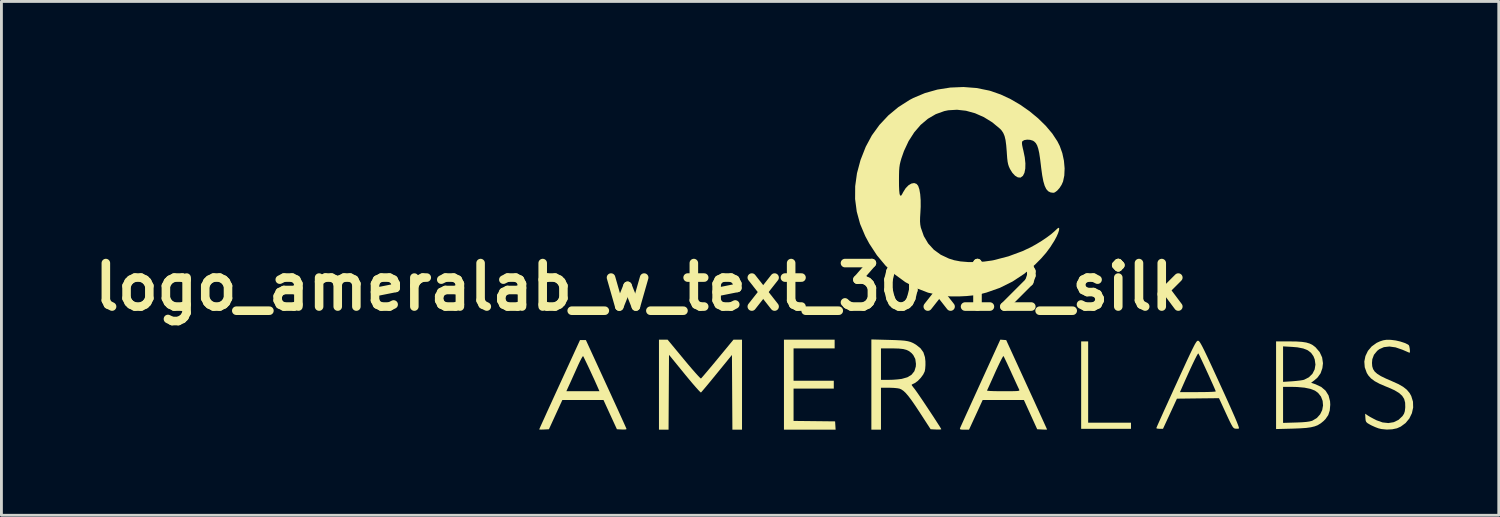
<source format=kicad_pcb>
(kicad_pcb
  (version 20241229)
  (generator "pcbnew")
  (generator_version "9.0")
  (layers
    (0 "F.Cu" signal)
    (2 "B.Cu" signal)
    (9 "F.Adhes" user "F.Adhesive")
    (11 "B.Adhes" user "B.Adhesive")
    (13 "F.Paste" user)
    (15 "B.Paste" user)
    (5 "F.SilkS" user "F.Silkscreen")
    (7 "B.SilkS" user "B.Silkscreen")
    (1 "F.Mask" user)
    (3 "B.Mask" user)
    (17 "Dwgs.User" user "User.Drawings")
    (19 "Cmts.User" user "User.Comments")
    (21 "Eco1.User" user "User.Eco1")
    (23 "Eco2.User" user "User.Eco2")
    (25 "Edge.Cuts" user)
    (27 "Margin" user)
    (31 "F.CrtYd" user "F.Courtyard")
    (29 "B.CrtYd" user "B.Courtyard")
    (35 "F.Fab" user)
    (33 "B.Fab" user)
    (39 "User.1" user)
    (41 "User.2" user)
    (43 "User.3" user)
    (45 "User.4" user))
  (footprint "logo_ameralab_w_text_30x12_silk"
    (layer "F.Cu")
    (at 31.17 6.006)
    (property "Reference" "logo_ameralab_w_text_30x12_silk" (at -11.75 1 0) (layer "F.SilkS") (effects (font (size 1.524 1.524) (thickness 0.3))))
    (attr board_only exclude_from_pos_files exclude_from_bom)
    (fp_poly (pts (xy 3.922 5.76) (xy 5.423 5.76) (xy 5.423 5.975) (xy 3.677 5.975) (xy 3.677 2.911) (xy 3.922 2.911)) (stroke (width 0) (type solid)) (fill yes) (layer "F.SilkS"))
    (fp_poly (pts (xy -4.964 3.156) (xy -6.404 3.156) (xy -6.404 4.29) (xy -4.994 4.29) (xy -4.994 4.565) (xy -6.404 4.565) (xy -6.404 5.698) (xy -5.676 5.706) (xy -4.948 5.714) (xy -4.939 5.86) (xy -4.93 6.005) (xy -6.741 6.005) (xy -6.741 2.849) (xy -4.964 2.849)) (stroke (width 0) (type solid)) (fill yes) (layer "F.SilkS"))
    (fp_poly (pts (xy -10.249 3.539) (xy -10.103 3.714) (xy -9.969 3.871) (xy -9.852 4.005) (xy -9.757 4.11) (xy -9.689 4.181) (xy -9.654 4.211) (xy -9.65 4.212) (xy -9.624 4.185) (xy -9.564 4.116) (xy -9.476 4.013) (xy -9.365 3.881) (xy -9.235 3.726) (xy -9.092 3.554) (xy -9.066 3.522) (xy -8.51 2.849) (xy -8.211 2.849) (xy -8.211 6.005) (xy -8.548 6.005) (xy -8.556 4.696) (xy -8.564 3.386) (xy -9.094 4.036) (xy -9.234 4.207) (xy -9.362 4.363) (xy -9.473 4.497) (xy -9.562 4.602) (xy -9.623 4.673) (xy -9.65 4.703) (xy -9.651 4.703) (xy -9.676 4.684) (xy -9.735 4.624) (xy -9.822 4.527) (xy -9.932 4.401) (xy -10.059 4.25) (xy -10.2 4.08) (xy -10.224 4.05) (xy -10.77 3.381) (xy -10.778 4.693) (xy -10.786 6.005) (xy -11.122 6.005) (xy -11.122 2.849) (xy -10.82 2.849)) (stroke (width 0) (type solid)) (fill yes) (layer "F.SilkS"))
    (fp_poly (pts (xy -12.972 4.412) (xy -12.839 4.701) (xy -12.715 4.973) (xy -12.6 5.223) (xy -12.499 5.446) (xy -12.412 5.638) (xy -12.342 5.792) (xy -12.292 5.904) (xy -12.264 5.969) (xy -12.258 5.984) (xy -12.284 5.996) (xy -12.355 6.001) (xy -12.426 5.999) (xy -12.596 5.99) (xy -12.832 5.477) (xy -13.067 4.964) (xy -14.508 4.964) (xy -14.744 5.477) (xy -14.979 5.99) (xy -15.15 5.999) (xy -15.242 6.002) (xy -15.304 6) (xy -15.32 5.995) (xy -15.307 5.966) (xy -15.272 5.886) (xy -15.215 5.76) (xy -15.139 5.594) (xy -15.048 5.392) (xy -14.942 5.16) (xy -14.824 4.902) (xy -14.712 4.657) (xy -14.368 4.657) (xy -13.208 4.657) (xy -13.265 4.527) (xy -13.322 4.399) (xy -13.389 4.249) (xy -13.464 4.088) (xy -13.539 3.924) (xy -13.612 3.769) (xy -13.678 3.632) (xy -13.731 3.522) (xy -13.767 3.45) (xy -13.781 3.426) (xy -13.801 3.444) (xy -13.84 3.509) (xy -13.893 3.612) (xy -13.955 3.743) (xy -13.977 3.793) (xy -14.053 3.962) (xy -14.131 4.135) (xy -14.202 4.294) (xy -14.258 4.417) (xy -14.26 4.42) (xy -14.368 4.657) (xy -14.712 4.657) (xy -14.697 4.624) (xy -14.605 4.424) (xy -13.89 2.865) (xy -13.683 2.865)) (stroke (width 0) (type solid)) (fill yes) (layer "F.SilkS"))
    (fp_poly (pts (xy 0.946 2.857) (xy 1.049 2.865) (xy 1.765 4.427) (xy 1.898 4.717) (xy 2.023 4.989) (xy 2.137 5.24) (xy 2.239 5.463) (xy 2.326 5.654) (xy 2.396 5.808) (xy 2.447 5.92) (xy 2.476 5.985) (xy 2.482 5.999) (xy 2.454 6.003) (xy 2.382 6.002) (xy 2.309 5.999) (xy 2.136 5.99) (xy 1.67 4.965) (xy 0.947 4.964) (xy 0.225 4.964) (xy -0.014 5.484) (xy -0.254 6.005) (xy -0.421 6.005) (xy -0.517 6.003) (xy -0.563 5.993) (xy -0.574 5.971) (xy -0.568 5.952) (xy -0.552 5.914) (xy -0.513 5.827) (xy -0.453 5.694) (xy -0.375 5.521) (xy -0.28 5.313) (xy -0.173 5.077) (xy -0.054 4.816) (xy 0.029 4.634) (xy 0.376 4.634) (xy 0.401 4.641) (xy 0.479 4.648) (xy 0.599 4.653) (xy 0.753 4.656) (xy 0.932 4.657) (xy 0.949 4.657) (xy 1.152 4.657) (xy 1.301 4.655) (xy 1.404 4.652) (xy 1.468 4.646) (xy 1.502 4.637) (xy 1.512 4.623) (xy 1.507 4.605) (xy 1.506 4.604) (xy 1.485 4.56) (xy 1.443 4.47) (xy 1.384 4.343) (xy 1.314 4.189) (xy 1.235 4.018) (xy 1.227 3.998) (xy 1.148 3.828) (xy 1.078 3.676) (xy 1.019 3.553) (xy 0.977 3.466) (xy 0.955 3.425) (xy 0.953 3.424) (xy 0.935 3.444) (xy 0.896 3.512) (xy 0.84 3.621) (xy 0.772 3.763) (xy 0.694 3.93) (xy 0.66 4.006) (xy 0.58 4.185) (xy 0.508 4.345) (xy 0.448 4.478) (xy 0.404 4.575) (xy 0.379 4.627) (xy 0.376 4.634) (xy 0.029 4.634) (xy 0.073 4.536) (xy 0.147 4.374) (xy 0.843 2.849)) (stroke (width 0) (type solid)) (fill yes) (layer "F.SilkS"))
    (fp_poly (pts (xy 11.222 2.914) (xy 11.415 2.927) (xy 11.567 2.95) (xy 11.689 2.987) (xy 11.791 3.039) (xy 11.883 3.109) (xy 11.892 3.117) (xy 12.036 3.284) (xy 12.123 3.472) (xy 12.153 3.675) (xy 12.133 3.846) (xy 12.07 4.027) (xy 11.965 4.175) (xy 11.855 4.272) (xy 11.737 4.361) (xy 11.891 4.413) (xy 12.093 4.508) (xy 12.246 4.64) (xy 12.349 4.807) (xy 12.401 5.008) (xy 12.408 5.129) (xy 12.391 5.33) (xy 12.338 5.493) (xy 12.242 5.633) (xy 12.173 5.703) (xy 12.077 5.781) (xy 11.977 5.842) (xy 11.865 5.888) (xy 11.729 5.921) (xy 11.562 5.944) (xy 11.352 5.958) (xy 11.099 5.968) (xy 10.509 5.983) (xy 10.509 4.504) (xy 10.754 4.504) (xy 10.754 5.767) (xy 11.206 5.754) (xy 11.41 5.746) (xy 11.562 5.734) (xy 11.676 5.718) (xy 11.76 5.697) (xy 11.788 5.686) (xy 11.941 5.593) (xy 12.054 5.466) (xy 12.126 5.318) (xy 12.155 5.157) (xy 12.141 4.996) (xy 12.083 4.845) (xy 11.981 4.715) (xy 11.871 4.636) (xy 11.715 4.575) (xy 11.505 4.532) (xy 11.245 4.509) (xy 11.053 4.504) (xy 10.754 4.504) (xy 10.509 4.504) (xy 10.509 3.085) (xy 10.754 3.085) (xy 10.754 4.329) (xy 11.074 4.309) (xy 11.22 4.296) (xy 11.353 4.281) (xy 11.456 4.264) (xy 11.495 4.253) (xy 11.66 4.168) (xy 11.784 4.045) (xy 11.861 3.893) (xy 11.889 3.723) (xy 11.864 3.543) (xy 11.819 3.43) (xy 11.736 3.312) (xy 11.62 3.222) (xy 11.462 3.159) (xy 11.257 3.119) (xy 11.081 3.104) (xy 10.754 3.085) (xy 10.509 3.085) (xy 10.509 2.911) (xy 10.979 2.911)) (stroke (width 0) (type solid)) (fill yes) (layer "F.SilkS"))
    (fp_poly (pts (xy -3.072 2.858) (xy -2.836 2.865) (xy -2.652 2.874) (xy -2.508 2.886) (xy -2.396 2.905) (xy -2.303 2.93) (xy -2.221 2.965) (xy -2.139 3.011) (xy -2.107 3.031) (xy -1.955 3.152) (xy -1.854 3.292) (xy -1.798 3.465) (xy -1.782 3.609) (xy -1.781 3.742) (xy -1.79 3.868) (xy -1.806 3.96) (xy -1.859 4.071) (xy -1.946 4.189) (xy -2.049 4.296) (xy -2.152 4.37) (xy -2.176 4.382) (xy -2.239 4.412) (xy -2.267 4.433) (xy -2.267 4.434) (xy -2.25 4.463) (xy -2.204 4.524) (xy -2.163 4.575) (xy -2.122 4.631) (xy -2.056 4.724) (xy -1.971 4.848) (xy -1.872 4.994) (xy -1.765 5.154) (xy -1.655 5.32) (xy -1.546 5.484) (xy -1.446 5.638) (xy -1.358 5.774) (xy -1.288 5.883) (xy -1.242 5.958) (xy -1.226 5.99) (xy -1.226 5.991) (xy -1.253 5.998) (xy -1.326 6.001) (xy -1.413 5.999) (xy -1.599 5.99) (xy -1.967 5.423) (xy -2.126 5.181) (xy -2.26 4.987) (xy -2.373 4.836) (xy -2.469 4.723) (xy -2.553 4.644) (xy -2.628 4.593) (xy -2.695 4.565) (xy -2.777 4.551) (xy -2.897 4.54) (xy -3.033 4.535) (xy -3.072 4.535) (xy -3.34 4.535) (xy -3.34 6.005) (xy -3.677 6.005) (xy -3.677 4.259) (xy -3.34 4.259) (xy -3.074 4.259) (xy -2.921 4.255) (xy -2.762 4.243) (xy -2.628 4.227) (xy -2.614 4.225) (xy -2.416 4.169) (xy -2.268 4.079) (xy -2.169 3.955) (xy -2.12 3.794) (xy -2.114 3.698) (xy -2.137 3.528) (xy -2.209 3.388) (xy -2.272 3.318) (xy -2.354 3.253) (xy -2.447 3.208) (xy -2.563 3.178) (xy -2.713 3.162) (xy -2.909 3.156) (xy -2.956 3.156) (xy -3.34 3.156) (xy -3.34 4.259) (xy -3.677 4.259) (xy -3.677 2.842)) (stroke (width 0) (type solid)) (fill yes) (layer "F.SilkS"))
    (fp_poly (pts (xy 14.501 2.855) (xy 14.554 2.859) (xy 14.705 2.878) (xy 14.863 2.915) (xy 15.008 2.962) (xy 15.12 3.014) (xy 15.159 3.04) (xy 15.177 3.078) (xy 15.191 3.147) (xy 15.2 3.224) (xy 15.2 3.286) (xy 15.189 3.309) (xy 15.159 3.298) (xy 15.087 3.267) (xy 14.985 3.223) (xy 14.936 3.202) (xy 14.698 3.12) (xy 14.481 3.09) (xy 14.289 3.112) (xy 14.125 3.185) (xy 14.053 3.242) (xy 13.94 3.38) (xy 13.882 3.535) (xy 13.871 3.664) (xy 13.879 3.781) (xy 13.908 3.879) (xy 13.964 3.966) (xy 14.054 4.047) (xy 14.183 4.128) (xy 14.36 4.214) (xy 14.565 4.303) (xy 14.789 4.404) (xy 14.962 4.502) (xy 15.092 4.605) (xy 15.187 4.718) (xy 15.247 4.824) (xy 15.308 5.023) (xy 15.314 5.228) (xy 15.27 5.428) (xy 15.18 5.613) (xy 15.049 5.772) (xy 14.88 5.897) (xy 14.746 5.957) (xy 14.579 5.992) (xy 14.387 6.001) (xy 14.197 5.982) (xy 14.094 5.957) (xy 13.984 5.915) (xy 13.86 5.859) (xy 13.803 5.829) (xy 13.716 5.778) (xy 13.669 5.735) (xy 13.648 5.68) (xy 13.64 5.595) (xy 13.631 5.445) (xy 13.732 5.513) (xy 13.813 5.562) (xy 13.925 5.622) (xy 14.031 5.676) (xy 14.242 5.751) (xy 14.446 5.773) (xy 14.635 5.742) (xy 14.802 5.66) (xy 14.94 5.529) (xy 14.942 5.526) (xy 14.993 5.447) (xy 15.021 5.362) (xy 15.035 5.246) (xy 15.037 5.212) (xy 15.033 5.059) (xy 14.999 4.93) (xy 14.929 4.818) (xy 14.818 4.718) (xy 14.661 4.623) (xy 14.45 4.528) (xy 14.357 4.491) (xy 14.135 4.396) (xy 13.964 4.304) (xy 13.836 4.208) (xy 13.74 4.1) (xy 13.688 4.015) (xy 13.617 3.818) (xy 13.602 3.618) (xy 13.641 3.424) (xy 13.728 3.243) (xy 13.86 3.087) (xy 14.034 2.962) (xy 14.15 2.909) (xy 14.264 2.872) (xy 14.372 2.855)) (stroke (width 0) (type solid)) (fill yes) (layer "F.SilkS"))
    (fp_poly (pts (xy 7.795 2.894) (xy 7.817 2.914) (xy 7.845 2.952) (xy 7.88 3.011) (xy 7.926 3.096) (xy 7.984 3.211) (xy 8.056 3.36) (xy 8.145 3.548) (xy 8.252 3.778) (xy 8.38 4.056) (xy 8.531 4.384) (xy 8.548 4.422) (xy 8.713 4.782) (xy 8.852 5.09) (xy 8.967 5.348) (xy 9.059 5.557) (xy 9.128 5.72) (xy 9.175 5.84) (xy 9.202 5.918) (xy 9.21 5.958) (xy 9.207 5.964) (xy 9.147 5.972) (xy 9.081 5.969) (xy 9.05 5.962) (xy 9.02 5.942) (xy 8.987 5.903) (xy 8.948 5.837) (xy 8.896 5.737) (xy 8.828 5.595) (xy 8.752 5.43) (xy 8.508 4.901) (xy 7.771 4.909) (xy 7.034 4.918) (xy 6.79 5.446) (xy 6.545 5.975) (xy 6.429 5.975) (xy 6.354 5.969) (xy 6.314 5.956) (xy 6.311 5.952) (xy 6.324 5.92) (xy 6.359 5.838) (xy 6.416 5.711) (xy 6.491 5.543) (xy 6.582 5.34) (xy 6.688 5.108) (xy 6.805 4.85) (xy 6.879 4.688) (xy 7.14 4.688) (xy 7.767 4.688) (xy 7.956 4.687) (xy 8.122 4.684) (xy 8.256 4.679) (xy 8.35 4.673) (xy 8.393 4.666) (xy 8.395 4.664) (xy 8.383 4.63) (xy 8.349 4.549) (xy 8.298 4.433) (xy 8.233 4.29) (xy 8.161 4.129) (xy 8.084 3.962) (xy 8.008 3.796) (xy 7.936 3.642) (xy 7.873 3.509) (xy 7.824 3.406) (xy 7.792 3.345) (xy 7.784 3.331) (xy 7.765 3.35) (xy 7.723 3.423) (xy 7.66 3.546) (xy 7.578 3.716) (xy 7.478 3.931) (xy 7.362 4.187) (xy 7.231 4.481) (xy 7.218 4.512) (xy 7.14 4.688) (xy 6.879 4.688) (xy 6.931 4.573) (xy 7.009 4.404) (xy 7.16 4.072) (xy 7.289 3.793) (xy 7.396 3.56) (xy 7.485 3.371) (xy 7.557 3.22) (xy 7.615 3.104) (xy 7.66 3.017) (xy 7.696 2.957) (xy 7.723 2.918) (xy 7.745 2.896) (xy 7.763 2.888) (xy 7.777 2.887)) (stroke (width 0) (type solid)) (fill yes) (layer "F.SilkS"))
    (fp_poly (pts (xy 0.008 -5.971) (xy 0.454 -5.881) (xy 0.517 -5.863) (xy 0.861 -5.742) (xy 1.206 -5.58) (xy 1.544 -5.383) (xy 1.867 -5.157) (xy 2.166 -4.91) (xy 2.434 -4.648) (xy 2.663 -4.377) (xy 2.843 -4.104) (xy 2.926 -3.94) (xy 3.016 -3.689) (xy 3.073 -3.422) (xy 3.097 -3.154) (xy 3.086 -2.903) (xy 3.042 -2.694) (xy 2.99 -2.576) (xy 2.917 -2.464) (xy 2.834 -2.371) (xy 2.753 -2.312) (xy 2.702 -2.298) (xy 2.604 -2.311) (xy 2.522 -2.352) (xy 2.454 -2.428) (xy 2.398 -2.544) (xy 2.351 -2.703) (xy 2.311 -2.913) (xy 2.275 -3.177) (xy 2.267 -3.248) (xy 2.236 -3.499) (xy 2.206 -3.696) (xy 2.172 -3.846) (xy 2.134 -3.958) (xy 2.089 -4.038) (xy 2.033 -4.094) (xy 1.987 -4.124) (xy 1.891 -4.154) (xy 1.784 -4.161) (xy 1.686 -4.146) (xy 1.62 -4.109) (xy 1.613 -4.1) (xy 1.601 -4.054) (xy 1.607 -3.976) (xy 1.632 -3.854) (xy 1.652 -3.773) (xy 1.7 -3.541) (xy 1.722 -3.329) (xy 1.718 -3.146) (xy 1.689 -2.998) (xy 1.635 -2.892) (xy 1.558 -2.835) (xy 1.546 -2.831) (xy 1.457 -2.839) (xy 1.36 -2.897) (xy 1.265 -2.999) (xy 1.18 -3.136) (xy 1.178 -3.142) (xy 1.142 -3.221) (xy 1.117 -3.3) (xy 1.098 -3.392) (xy 1.084 -3.514) (xy 1.072 -3.678) (xy 1.069 -3.73) (xy 1.05 -3.963) (xy 1.026 -4.146) (xy 0.992 -4.287) (xy 0.945 -4.398) (xy 0.884 -4.488) (xy 0.834 -4.541) (xy 0.561 -4.768) (xy 0.265 -4.951) (xy -0.044 -5.087) (xy -0.36 -5.174) (xy -0.675 -5.209) (xy -0.98 -5.191) (xy -1.12 -5.162) (xy -1.418 -5.055) (xy -1.695 -4.893) (xy -1.949 -4.679) (xy -2.175 -4.416) (xy -2.372 -4.109) (xy -2.535 -3.76) (xy -2.625 -3.502) (xy -2.657 -3.389) (xy -2.68 -3.29) (xy -2.695 -3.188) (xy -2.704 -3.068) (xy -2.708 -2.915) (xy -2.709 -2.758) (xy -2.708 -2.545) (xy -2.701 -2.382) (xy -2.69 -2.272) (xy -2.677 -2.223) (xy -2.654 -2.195) (xy -2.632 -2.201) (xy -2.6 -2.249) (xy -2.562 -2.321) (xy -2.475 -2.459) (xy -2.376 -2.561) (xy -2.274 -2.622) (xy -2.177 -2.64) (xy -2.093 -2.61) (xy -2.037 -2.543) (xy -1.995 -2.421) (xy -1.965 -2.25) (xy -1.949 -2.041) (xy -1.948 -1.806) (xy -1.958 -1.611) (xy -1.969 -1.43) (xy -1.971 -1.293) (xy -1.963 -1.184) (xy -1.945 -1.087) (xy -1.942 -1.075) (xy -1.838 -0.779) (xy -1.686 -0.522) (xy -1.488 -0.304) (xy -1.245 -0.127) (xy -0.958 0.008) (xy -0.776 0.065) (xy -0.555 0.107) (xy -0.293 0.129) (xy -0.01 0.131) (xy 0.277 0.113) (xy 0.551 0.075) (xy 0.613 0.063) (xy 1.128 -0.071) (xy 1.62 -0.253) (xy 1.905 -0.387) (xy 2.099 -0.494) (xy 2.295 -0.614) (xy 2.48 -0.739) (xy 2.639 -0.859) (xy 2.76 -0.965) (xy 2.786 -0.991) (xy 2.843 -1.045) (xy 2.885 -1.072) (xy 2.889 -1.072) (xy 2.908 -1.048) (xy 2.9 -0.981) (xy 2.868 -0.882) (xy 2.815 -0.762) (xy 2.745 -0.632) (xy 2.741 -0.624) (xy 2.598 -0.398) (xy 2.448 -0.195) (xy 2.275 0.003) (xy 2.066 0.214) (xy 2.063 0.217) (xy 1.683 0.541) (xy 1.27 0.813) (xy 0.826 1.034) (xy 0.354 1.2) (xy 0.123 1.259) (xy -0.088 1.296) (xy -0.337 1.321) (xy -0.604 1.334) (xy -0.869 1.334) (xy -1.11 1.322) (xy -1.261 1.303) (xy -1.691 1.202) (xy -2.101 1.044) (xy -2.488 0.832) (xy -2.849 0.568) (xy -3.181 0.254) (xy -3.483 -0.109) (xy -3.75 -0.517) (xy -3.892 -0.781) (xy -4.071 -1.205) (xy -4.189 -1.638) (xy -4.247 -2.08) (xy -4.244 -2.529) (xy -4.181 -2.985) (xy -4.057 -3.447) (xy -3.874 -3.912) (xy -3.66 -4.31) (xy -3.394 -4.677) (xy -3.082 -5.01) (xy -2.728 -5.304) (xy -2.337 -5.553) (xy -2.212 -5.62) (xy -1.8 -5.793) (xy -1.363 -5.916) (xy -0.91 -5.987) (xy -0.449 -6.006)) (stroke (width 0) (type solid)) (fill yes) (layer "F.SilkS")))
  (gr_rect
    (start -3 -3)
    (end 49.485 15.011)
    (stroke (width 0.1) (type default))
    (fill no)
    (layer "Edge.Cuts")))
</source>
